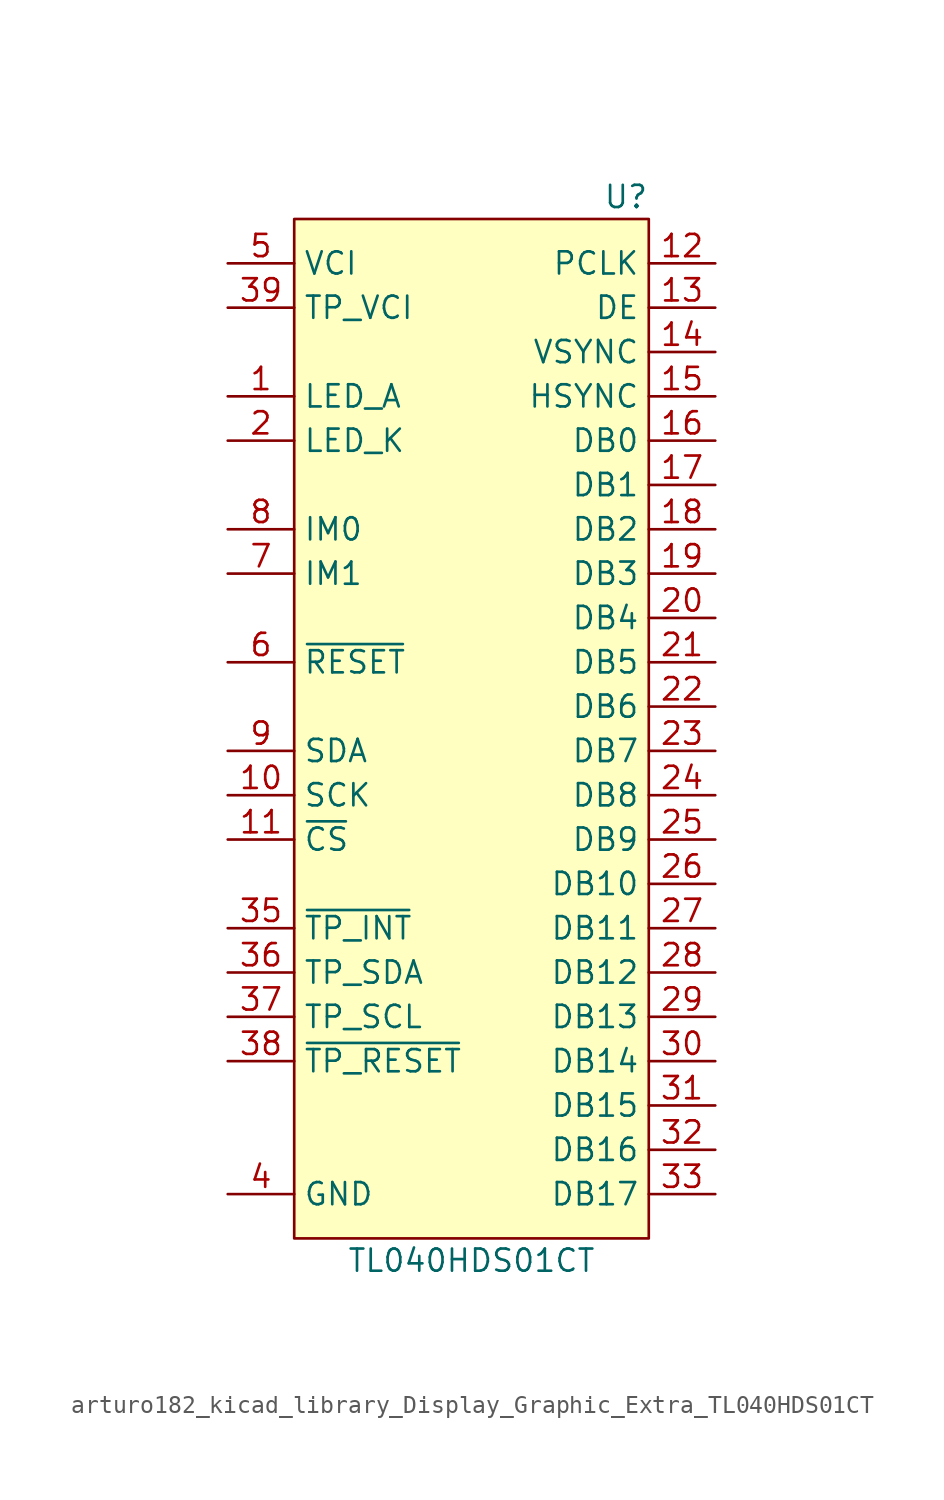
<source format=kicad_sym>
(kicad_symbol_lib
  (version 20220914)
  (generator kicad_symbol_editor)
  (symbol "arturo182_kicad_library_Display_Graphic_Extra_TL040HDS01CT"
    (property "Reference" "U"
      (at 10.16 29.21 0)
      (effects (font (size 1.27 1.27)) (justify right)))
    (property "Value" "TL040HDS01CT"
      (at 0 -31.75 0)
      (effects (font (size 1.27 1.27))))
    (symbol "arturo182_kicad_library_Display_Graphic_Extra_TL040HDS01CT_0_1"
      (rectangle (start -10.16 27.94) (end 10.16 -30.48) (stroke (width 0) (type default)) (fill (type background))))
    (symbol "arturo182_kicad_library_Display_Graphic_Extra_TL040HDS01CT_1_1"
      (pin input line (at -13.97 17.78 0) (length 3.81) (name "LED_A" (effects (font (size 1.27 1.27)))) (number "1" (effects (font (size 1.27 1.27)))))
      (pin input line (at -13.97 -5.08 0) (length 3.81) (name "SCK" (effects (font (size 1.27 1.27)))) (number "10" (effects (font (size 1.27 1.27)))))
      (pin input line (at -13.97 -7.62 0) (length 3.81) (name "~{CS}" (effects (font (size 1.27 1.27)))) (number "11" (effects (font (size 1.27 1.27)))))
      (pin input line (at 13.97 25.4 180) (length 3.81) (name "PCLK" (effects (font (size 1.27 1.27)))) (number "12" (effects (font (size 1.27 1.27)))))
      (pin input line (at 13.97 22.86 180) (length 3.81) (name "DE" (effects (font (size 1.27 1.27)))) (number "13" (effects (font (size 1.27 1.27)))))
      (pin input line (at 13.97 20.32 180) (length 3.81) (name "VSYNC" (effects (font (size 1.27 1.27)))) (number "14" (effects (font (size 1.27 1.27)))))
      (pin input line (at 13.97 17.78 180) (length 3.81) (name "HSYNC" (effects (font (size 1.27 1.27)))) (number "15" (effects (font (size 1.27 1.27)))))
      (pin input line (at 13.97 15.24 180) (length 3.81) (name "DB0" (effects (font (size 1.27 1.27)))) (number "16" (effects (font (size 1.27 1.27)))))
      (pin input line (at 13.97 12.7 180) (length 3.81) (name "DB1" (effects (font (size 1.27 1.27)))) (number "17" (effects (font (size 1.27 1.27)))))
      (pin input line (at 13.97 10.16 180) (length 3.81) (name "DB2" (effects (font (size 1.27 1.27)))) (number "18" (effects (font (size 1.27 1.27)))))
      (pin input line (at 13.97 7.62 180) (length 3.81) (name "DB3" (effects (font (size 1.27 1.27)))) (number "19" (effects (font (size 1.27 1.27)))))
      (pin input line (at -13.97 15.24 0) (length 3.81) (name "LED_K" (effects (font (size 1.27 1.27)))) (number "2" (effects (font (size 1.27 1.27)))))
      (pin input line (at 13.97 5.08 180) (length 3.81) (name "DB4" (effects (font (size 1.27 1.27)))) (number "20" (effects (font (size 1.27 1.27)))))
      (pin input line (at 13.97 2.54 180) (length 3.81) (name "DB5" (effects (font (size 1.27 1.27)))) (number "21" (effects (font (size 1.27 1.27)))))
      (pin input line (at 13.97 0 180) (length 3.81) (name "DB6" (effects (font (size 1.27 1.27)))) (number "22" (effects (font (size 1.27 1.27)))))
      (pin input line (at 13.97 -2.54 180) (length 3.81) (name "DB7" (effects (font (size 1.27 1.27)))) (number "23" (effects (font (size 1.27 1.27)))))
      (pin input line (at 13.97 -5.08 180) (length 3.81) (name "DB8" (effects (font (size 1.27 1.27)))) (number "24" (effects (font (size 1.27 1.27)))))
      (pin input line (at 13.97 -7.62 180) (length 3.81) (name "DB9" (effects (font (size 1.27 1.27)))) (number "25" (effects (font (size 1.27 1.27)))))
      (pin input line (at 13.97 -10.16 180) (length 3.81) (name "DB10" (effects (font (size 1.27 1.27)))) (number "26" (effects (font (size 1.27 1.27)))))
      (pin input line (at 13.97 -12.7 180) (length 3.81) (name "DB11" (effects (font (size 1.27 1.27)))) (number "27" (effects (font (size 1.27 1.27)))))
      (pin input line (at 13.97 -15.24 180) (length 3.81) (name "DB12" (effects (font (size 1.27 1.27)))) (number "28" (effects (font (size 1.27 1.27)))))
      (pin input line (at 13.97 -17.78 180) (length 3.81) (name "DB13" (effects (font (size 1.27 1.27)))) (number "29" (effects (font (size 1.27 1.27)))))
      (pin passive line (at -13.97 15.24 0) (length 3.81) hide (name "LED_K" (effects (font (size 1.27 1.27)))) (number "3" (effects (font (size 1.27 1.27)))))
      (pin input line (at 13.97 -20.32 180) (length 3.81) (name "DB14" (effects (font (size 1.27 1.27)))) (number "30" (effects (font (size 1.27 1.27)))))
      (pin input line (at 13.97 -22.86 180) (length 3.81) (name "DB15" (effects (font (size 1.27 1.27)))) (number "31" (effects (font (size 1.27 1.27)))))
      (pin input line (at 13.97 -25.4 180) (length 3.81) (name "DB16" (effects (font (size 1.27 1.27)))) (number "32" (effects (font (size 1.27 1.27)))))
      (pin input line (at 13.97 -27.94 180) (length 3.81) (name "DB17" (effects (font (size 1.27 1.27)))) (number "33" (effects (font (size 1.27 1.27)))))
      (pin passive line (at -13.97 -27.94 0) (length 3.81) hide (name "GND" (effects (font (size 1.27 1.27)))) (number "34" (effects (font (size 1.27 1.27)))))
      (pin output line (at -13.97 -12.7 0) (length 3.81) (name "~{TP_INT}" (effects (font (size 1.27 1.27)))) (number "35" (effects (font (size 1.27 1.27)))))
      (pin bidirectional line (at -13.97 -15.24 0) (length 3.81) (name "TP_SDA" (effects (font (size 1.27 1.27)))) (number "36" (effects (font (size 1.27 1.27)))))
      (pin input line (at -13.97 -17.78 0) (length 3.81) (name "TP_SCL" (effects (font (size 1.27 1.27)))) (number "37" (effects (font (size 1.27 1.27)))))
      (pin input line (at -13.97 -20.32 0) (length 3.81) (name "~{TP_RESET}" (effects (font (size 1.27 1.27)))) (number "38" (effects (font (size 1.27 1.27)))))
      (pin power_in line (at -13.97 22.86 0) (length 3.81) (name "TP_VCI" (effects (font (size 1.27 1.27)))) (number "39" (effects (font (size 1.27 1.27)))))
      (pin power_in line (at -13.97 -27.94 0) (length 3.81) (name "GND" (effects (font (size 1.27 1.27)))) (number "4" (effects (font (size 1.27 1.27)))))
      (pin passive line (at -13.97 -27.94 0) (length 3.81) hide (name "GND" (effects (font (size 1.27 1.27)))) (number "40" (effects (font (size 1.27 1.27)))))
      (pin power_in line (at -13.97 25.4 0) (length 3.81) (name "VCI" (effects (font (size 1.27 1.27)))) (number "5" (effects (font (size 1.27 1.27)))))
      (pin input line (at -13.97 2.54 0) (length 3.81) (name "~{RESET}" (effects (font (size 1.27 1.27)))) (number "6" (effects (font (size 1.27 1.27)))))
      (pin input line (at -13.97 7.62 0) (length 3.81) (name "IM1" (effects (font (size 1.27 1.27)))) (number "7" (effects (font (size 1.27 1.27)))))
      (pin input line (at -13.97 10.16 0) (length 3.81) (name "IM0" (effects (font (size 1.27 1.27)))) (number "8" (effects (font (size 1.27 1.27)))))
      (pin bidirectional line (at -13.97 -2.54 0) (length 3.81) (name "SDA" (effects (font (size 1.27 1.27)))) (number "9" (effects (font (size 1.27 1.27))))))))
</source>
